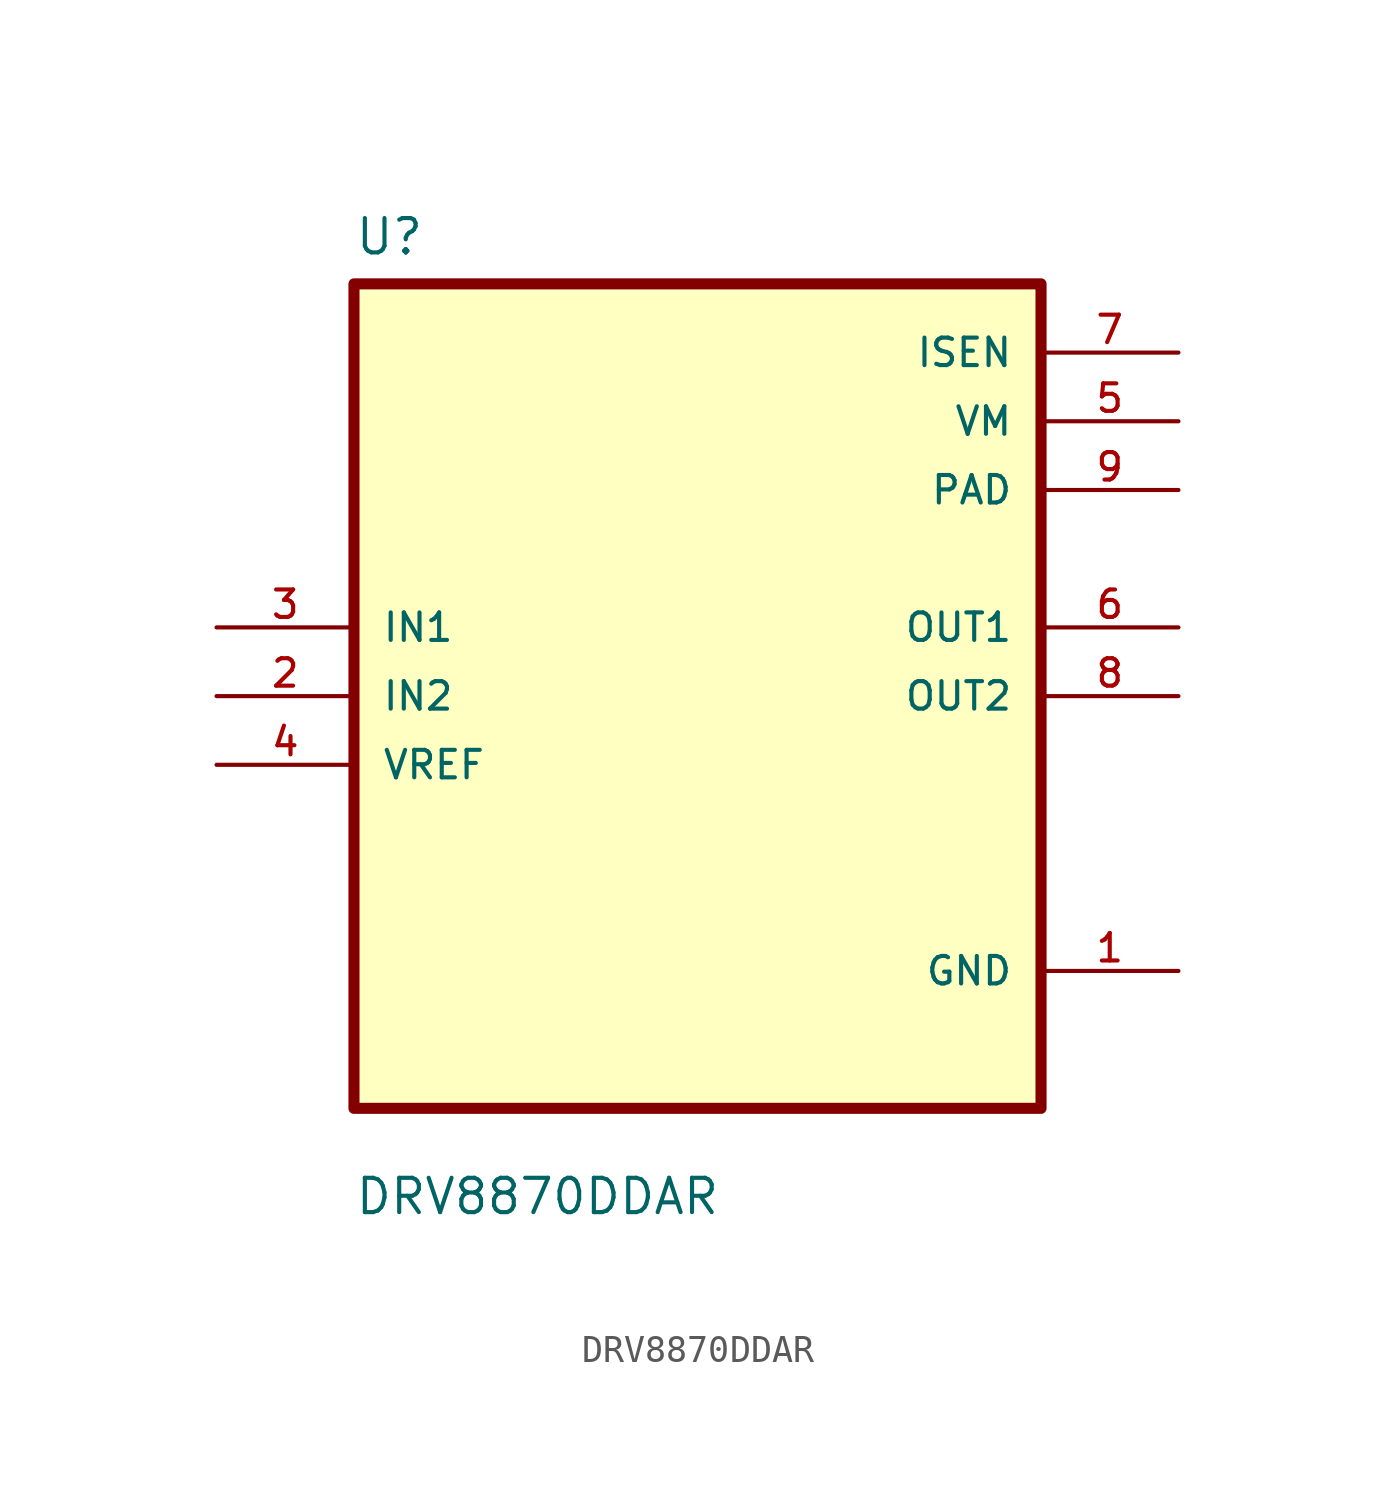
<source format=kicad_sym>
(kicad_symbol_lib
  (version 20211014)
  (generator kicad_symbol_editor)
  (symbol "DRV8870DDAR"
    (pin_names
      (offset 1.016))
    (property "Reference" "U"
      (at -12.7 16.24 0.0)
      (effects (font (size 1.27 1.27)) (justify bottom left)))
    (property "Value" "DRV8870DDAR"
      (at -12.7 -19.24 0.0)
      (effects (font (size 1.27 1.27)) (justify bottom left)))
    (symbol "DRV8870DDAR_0_0"
      (rectangle (start -12.7 -15.24) (end 12.7 15.24) (stroke (width 0.41)) (fill (type background)))
      (pin input line (at -17.78 2.54 0) (length 5.08) (name "IN1" (effects (font (size 1.016 1.016)))) (number "3" (effects (font (size 1.016 1.016)))))
      (pin input line (at -17.78 0.0 0) (length 5.08) (name "IN2" (effects (font (size 1.016 1.016)))) (number "2" (effects (font (size 1.016 1.016)))))
      (pin input line (at -17.78 -2.54 0) (length 5.08) (name "VREF" (effects (font (size 1.016 1.016)))) (number "4" (effects (font (size 1.016 1.016)))))
      (pin power_in line (at 17.78 12.7 180.0) (length 5.08) (name "ISEN" (effects (font (size 1.016 1.016)))) (number "7" (effects (font (size 1.016 1.016)))))
      (pin power_in line (at 17.78 10.16 180.0) (length 5.08) (name "VM" (effects (font (size 1.016 1.016)))) (number "5" (effects (font (size 1.016 1.016)))))
      (pin power_in line (at 17.78 7.62 180.0) (length 5.08) (name "PAD" (effects (font (size 1.016 1.016)))) (number "9" (effects (font (size 1.016 1.016)))))
      (pin output line (at 17.78 2.54 180.0) (length 5.08) (name "OUT1" (effects (font (size 1.016 1.016)))) (number "6" (effects (font (size 1.016 1.016)))))
      (pin output line (at 17.78 0.0 180.0) (length 5.08) (name "OUT2" (effects (font (size 1.016 1.016)))) (number "8" (effects (font (size 1.016 1.016)))))
      (pin power_in line (at 17.78 -10.16 180.0) (length 5.08) (name "GND" (effects (font (size 1.016 1.016)))) (number "1" (effects (font (size 1.016 1.016))))))))
</source>
